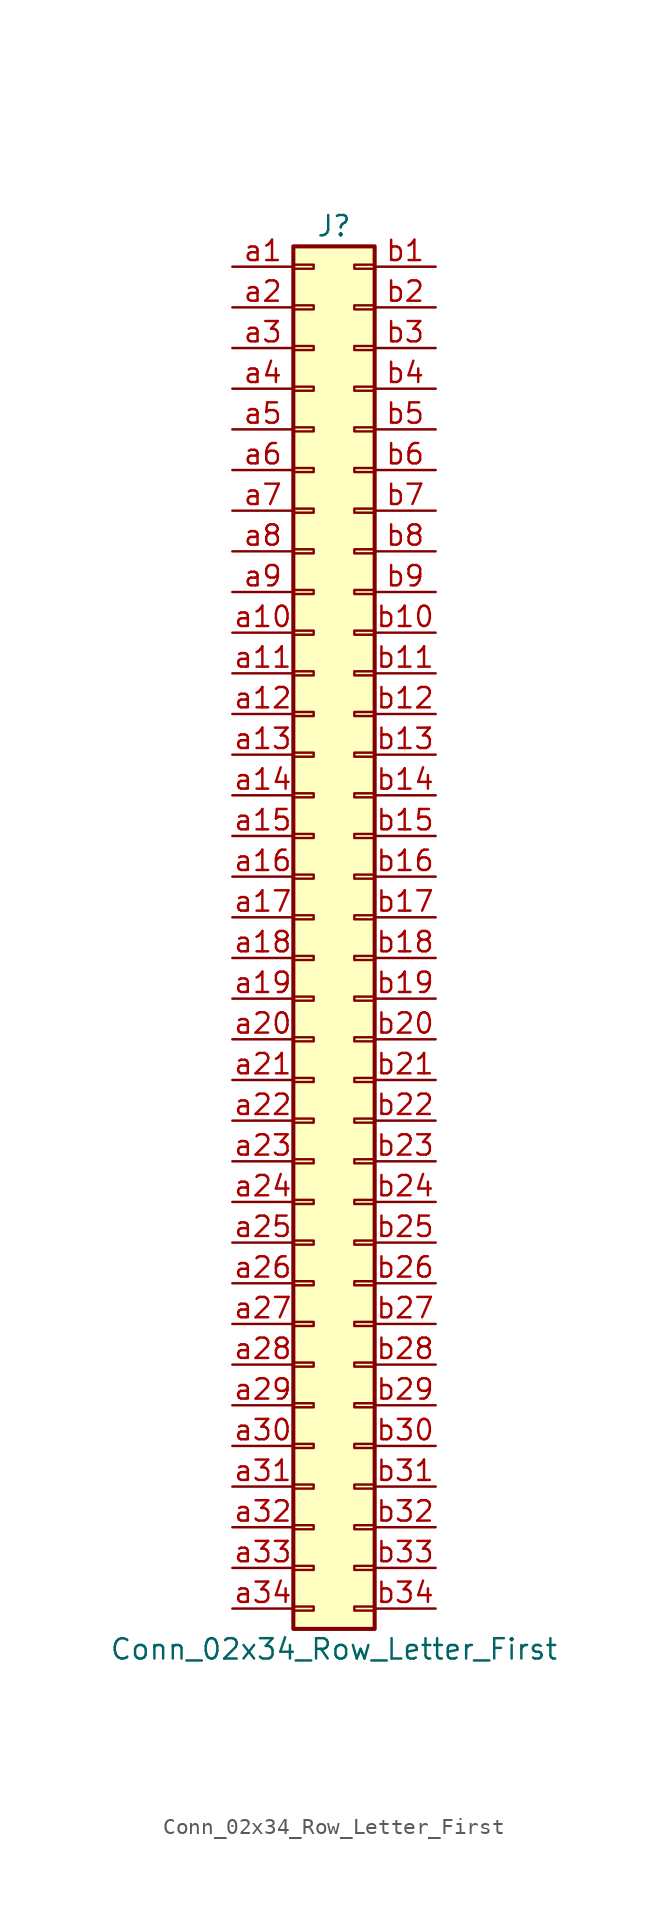
<source format=kicad_sym>
(kicad_symbol_lib
  (version 20220914)
  (generator kicad_symbol_editor)
  (symbol "Conn_02x34_Row_Letter_First"
    (pin_names
      (offset 1.016) hide)
    (property "Reference" "J"
      (at 1.27 43.18 0)
      (effects (font (size 1.27 1.27))))
    (property "Value" "Conn_02x34_Row_Letter_First"
      (at 1.27 -45.72 0)
      (effects (font (size 1.27 1.27))))
    (symbol "Conn_02x34_Row_Letter_First_1_1"
      (rectangle (start -1.27 -43.053) (end 0 -43.307) (stroke (width 0.152) (type solid)) (fill (type none)))
      (rectangle (start -1.27 -40.513) (end 0 -40.767) (stroke (width 0.152) (type solid)) (fill (type none)))
      (rectangle (start -1.27 -37.973) (end 0 -38.227) (stroke (width 0.152) (type solid)) (fill (type none)))
      (rectangle (start -1.27 -35.433) (end 0 -35.687) (stroke (width 0.152) (type solid)) (fill (type none)))
      (rectangle (start -1.27 -32.893) (end 0 -33.147) (stroke (width 0.152) (type solid)) (fill (type none)))
      (rectangle (start -1.27 -30.353) (end 0 -30.607) (stroke (width 0.152) (type solid)) (fill (type none)))
      (rectangle (start -1.27 -27.813) (end 0 -28.067) (stroke (width 0.152) (type solid)) (fill (type none)))
      (rectangle (start -1.27 -25.273) (end 0 -25.527) (stroke (width 0.152) (type solid)) (fill (type none)))
      (rectangle (start -1.27 -22.733) (end 0 -22.987) (stroke (width 0.152) (type solid)) (fill (type none)))
      (rectangle (start -1.27 -20.193) (end 0 -20.447) (stroke (width 0.152) (type solid)) (fill (type none)))
      (rectangle (start -1.27 -17.653) (end 0 -17.907) (stroke (width 0.152) (type solid)) (fill (type none)))
      (rectangle (start -1.27 -15.113) (end 0 -15.367) (stroke (width 0.152) (type solid)) (fill (type none)))
      (rectangle (start -1.27 -12.573) (end 0 -12.827) (stroke (width 0.152) (type solid)) (fill (type none)))
      (rectangle (start -1.27 -10.033) (end 0 -10.287) (stroke (width 0.152) (type solid)) (fill (type none)))
      (rectangle (start -1.27 -7.493) (end 0 -7.747) (stroke (width 0.152) (type solid)) (fill (type none)))
      (rectangle (start -1.27 -4.953) (end 0 -5.207) (stroke (width 0.152) (type solid)) (fill (type none)))
      (rectangle (start -1.27 -2.413) (end 0 -2.667) (stroke (width 0.152) (type solid)) (fill (type none)))
      (rectangle (start -1.27 0.127) (end 0 -0.127) (stroke (width 0.152) (type solid)) (fill (type none)))
      (rectangle (start -1.27 2.667) (end 0 2.413) (stroke (width 0.152) (type solid)) (fill (type none)))
      (rectangle (start -1.27 5.207) (end 0 4.953) (stroke (width 0.152) (type solid)) (fill (type none)))
      (rectangle (start -1.27 7.747) (end 0 7.493) (stroke (width 0.152) (type solid)) (fill (type none)))
      (rectangle (start -1.27 10.287) (end 0 10.033) (stroke (width 0.152) (type solid)) (fill (type none)))
      (rectangle (start -1.27 12.827) (end 0 12.573) (stroke (width 0.152) (type solid)) (fill (type none)))
      (rectangle (start -1.27 15.367) (end 0 15.113) (stroke (width 0.152) (type solid)) (fill (type none)))
      (rectangle (start -1.27 17.907) (end 0 17.653) (stroke (width 0.152) (type solid)) (fill (type none)))
      (rectangle (start -1.27 20.447) (end 0 20.193) (stroke (width 0.152) (type solid)) (fill (type none)))
      (rectangle (start -1.27 22.987) (end 0 22.733) (stroke (width 0.152) (type solid)) (fill (type none)))
      (rectangle (start -1.27 25.527) (end 0 25.273) (stroke (width 0.152) (type solid)) (fill (type none)))
      (rectangle (start -1.27 28.067) (end 0 27.813) (stroke (width 0.152) (type solid)) (fill (type none)))
      (rectangle (start -1.27 30.607) (end 0 30.353) (stroke (width 0.152) (type solid)) (fill (type none)))
      (rectangle (start -1.27 33.147) (end 0 32.893) (stroke (width 0.152) (type solid)) (fill (type none)))
      (rectangle (start -1.27 35.687) (end 0 35.433) (stroke (width 0.152) (type solid)) (fill (type none)))
      (rectangle (start -1.27 38.227) (end 0 37.973) (stroke (width 0.152) (type solid)) (fill (type none)))
      (rectangle (start -1.27 40.767) (end 0 40.513) (stroke (width 0.152) (type solid)) (fill (type none)))
      (rectangle (start -1.27 41.91) (end 3.81 -44.45) (stroke (width 0.254) (type solid)) (fill (type background)))
      (rectangle (start 3.81 -43.053) (end 2.54 -43.307) (stroke (width 0.152) (type solid)) (fill (type none)))
      (rectangle (start 3.81 -40.513) (end 2.54 -40.767) (stroke (width 0.152) (type solid)) (fill (type none)))
      (rectangle (start 3.81 -37.973) (end 2.54 -38.227) (stroke (width 0.152) (type solid)) (fill (type none)))
      (rectangle (start 3.81 -35.433) (end 2.54 -35.687) (stroke (width 0.152) (type solid)) (fill (type none)))
      (rectangle (start 3.81 -32.893) (end 2.54 -33.147) (stroke (width 0.152) (type solid)) (fill (type none)))
      (rectangle (start 3.81 -30.353) (end 2.54 -30.607) (stroke (width 0.152) (type solid)) (fill (type none)))
      (rectangle (start 3.81 -27.813) (end 2.54 -28.067) (stroke (width 0.152) (type solid)) (fill (type none)))
      (rectangle (start 3.81 -25.273) (end 2.54 -25.527) (stroke (width 0.152) (type solid)) (fill (type none)))
      (rectangle (start 3.81 -22.733) (end 2.54 -22.987) (stroke (width 0.152) (type solid)) (fill (type none)))
      (rectangle (start 3.81 -20.193) (end 2.54 -20.447) (stroke (width 0.152) (type solid)) (fill (type none)))
      (rectangle (start 3.81 -17.653) (end 2.54 -17.907) (stroke (width 0.152) (type solid)) (fill (type none)))
      (rectangle (start 3.81 -15.113) (end 2.54 -15.367) (stroke (width 0.152) (type solid)) (fill (type none)))
      (rectangle (start 3.81 -12.573) (end 2.54 -12.827) (stroke (width 0.152) (type solid)) (fill (type none)))
      (rectangle (start 3.81 -10.033) (end 2.54 -10.287) (stroke (width 0.152) (type solid)) (fill (type none)))
      (rectangle (start 3.81 -7.493) (end 2.54 -7.747) (stroke (width 0.152) (type solid)) (fill (type none)))
      (rectangle (start 3.81 -4.953) (end 2.54 -5.207) (stroke (width 0.152) (type solid)) (fill (type none)))
      (rectangle (start 3.81 -2.413) (end 2.54 -2.667) (stroke (width 0.152) (type solid)) (fill (type none)))
      (rectangle (start 3.81 0.127) (end 2.54 -0.127) (stroke (width 0.152) (type solid)) (fill (type none)))
      (rectangle (start 3.81 2.667) (end 2.54 2.413) (stroke (width 0.152) (type solid)) (fill (type none)))
      (rectangle (start 3.81 5.207) (end 2.54 4.953) (stroke (width 0.152) (type solid)) (fill (type none)))
      (rectangle (start 3.81 7.747) (end 2.54 7.493) (stroke (width 0.152) (type solid)) (fill (type none)))
      (rectangle (start 3.81 10.287) (end 2.54 10.033) (stroke (width 0.152) (type solid)) (fill (type none)))
      (rectangle (start 3.81 12.827) (end 2.54 12.573) (stroke (width 0.152) (type solid)) (fill (type none)))
      (rectangle (start 3.81 15.367) (end 2.54 15.113) (stroke (width 0.152) (type solid)) (fill (type none)))
      (rectangle (start 3.81 17.907) (end 2.54 17.653) (stroke (width 0.152) (type solid)) (fill (type none)))
      (rectangle (start 3.81 20.447) (end 2.54 20.193) (stroke (width 0.152) (type solid)) (fill (type none)))
      (rectangle (start 3.81 22.987) (end 2.54 22.733) (stroke (width 0.152) (type solid)) (fill (type none)))
      (rectangle (start 3.81 25.527) (end 2.54 25.273) (stroke (width 0.152) (type solid)) (fill (type none)))
      (rectangle (start 3.81 28.067) (end 2.54 27.813) (stroke (width 0.152) (type solid)) (fill (type none)))
      (rectangle (start 3.81 30.607) (end 2.54 30.353) (stroke (width 0.152) (type solid)) (fill (type none)))
      (rectangle (start 3.81 33.147) (end 2.54 32.893) (stroke (width 0.152) (type solid)) (fill (type none)))
      (rectangle (start 3.81 35.687) (end 2.54 35.433) (stroke (width 0.152) (type solid)) (fill (type none)))
      (rectangle (start 3.81 38.227) (end 2.54 37.973) (stroke (width 0.152) (type solid)) (fill (type none)))
      (rectangle (start 3.81 40.767) (end 2.54 40.513) (stroke (width 0.152) (type solid)) (fill (type none)))
      (pin passive line (at -5.08 40.64 0) (length 3.81) (name "Pin_a1" (effects (font (size 1.27 1.27)))) (number "a1" (effects (font (size 1.27 1.27)))))
      (pin passive line (at -5.08 17.78 0) (length 3.81) (name "Pin_a10" (effects (font (size 1.27 1.27)))) (number "a10" (effects (font (size 1.27 1.27)))))
      (pin passive line (at -5.08 15.24 0) (length 3.81) (name "Pin_a11" (effects (font (size 1.27 1.27)))) (number "a11" (effects (font (size 1.27 1.27)))))
      (pin passive line (at -5.08 12.7 0) (length 3.81) (name "Pin_a12" (effects (font (size 1.27 1.27)))) (number "a12" (effects (font (size 1.27 1.27)))))
      (pin passive line (at -5.08 10.16 0) (length 3.81) (name "Pin_a13" (effects (font (size 1.27 1.27)))) (number "a13" (effects (font (size 1.27 1.27)))))
      (pin passive line (at -5.08 7.62 0) (length 3.81) (name "Pin_a14" (effects (font (size 1.27 1.27)))) (number "a14" (effects (font (size 1.27 1.27)))))
      (pin passive line (at -5.08 5.08 0) (length 3.81) (name "Pin_a15" (effects (font (size 1.27 1.27)))) (number "a15" (effects (font (size 1.27 1.27)))))
      (pin passive line (at -5.08 2.54 0) (length 3.81) (name "Pin_a16" (effects (font (size 1.27 1.27)))) (number "a16" (effects (font (size 1.27 1.27)))))
      (pin passive line (at -5.08 0 0) (length 3.81) (name "Pin_a17" (effects (font (size 1.27 1.27)))) (number "a17" (effects (font (size 1.27 1.27)))))
      (pin passive line (at -5.08 -2.54 0) (length 3.81) (name "Pin_a18" (effects (font (size 1.27 1.27)))) (number "a18" (effects (font (size 1.27 1.27)))))
      (pin passive line (at -5.08 -5.08 0) (length 3.81) (name "Pin_a19" (effects (font (size 1.27 1.27)))) (number "a19" (effects (font (size 1.27 1.27)))))
      (pin passive line (at -5.08 38.1 0) (length 3.81) (name "Pin_a2" (effects (font (size 1.27 1.27)))) (number "a2" (effects (font (size 1.27 1.27)))))
      (pin passive line (at -5.08 -7.62 0) (length 3.81) (name "Pin_a20" (effects (font (size 1.27 1.27)))) (number "a20" (effects (font (size 1.27 1.27)))))
      (pin passive line (at -5.08 -10.16 0) (length 3.81) (name "Pin_a21" (effects (font (size 1.27 1.27)))) (number "a21" (effects (font (size 1.27 1.27)))))
      (pin passive line (at -5.08 -12.7 0) (length 3.81) (name "Pin_a22" (effects (font (size 1.27 1.27)))) (number "a22" (effects (font (size 1.27 1.27)))))
      (pin passive line (at -5.08 -15.24 0) (length 3.81) (name "Pin_a23" (effects (font (size 1.27 1.27)))) (number "a23" (effects (font (size 1.27 1.27)))))
      (pin passive line (at -5.08 -17.78 0) (length 3.81) (name "Pin_a24" (effects (font (size 1.27 1.27)))) (number "a24" (effects (font (size 1.27 1.27)))))
      (pin passive line (at -5.08 -20.32 0) (length 3.81) (name "Pin_a25" (effects (font (size 1.27 1.27)))) (number "a25" (effects (font (size 1.27 1.27)))))
      (pin passive line (at -5.08 -22.86 0) (length 3.81) (name "Pin_a26" (effects (font (size 1.27 1.27)))) (number "a26" (effects (font (size 1.27 1.27)))))
      (pin passive line (at -5.08 -25.4 0) (length 3.81) (name "Pin_a27" (effects (font (size 1.27 1.27)))) (number "a27" (effects (font (size 1.27 1.27)))))
      (pin passive line (at -5.08 -27.94 0) (length 3.81) (name "Pin_a28" (effects (font (size 1.27 1.27)))) (number "a28" (effects (font (size 1.27 1.27)))))
      (pin passive line (at -5.08 -30.48 0) (length 3.81) (name "Pin_a29" (effects (font (size 1.27 1.27)))) (number "a29" (effects (font (size 1.27 1.27)))))
      (pin passive line (at -5.08 35.56 0) (length 3.81) (name "Pin_a3" (effects (font (size 1.27 1.27)))) (number "a3" (effects (font (size 1.27 1.27)))))
      (pin passive line (at -5.08 -33.02 0) (length 3.81) (name "Pin_a30" (effects (font (size 1.27 1.27)))) (number "a30" (effects (font (size 1.27 1.27)))))
      (pin passive line (at -5.08 -35.56 0) (length 3.81) (name "Pin_a31" (effects (font (size 1.27 1.27)))) (number "a31" (effects (font (size 1.27 1.27)))))
      (pin passive line (at -5.08 -38.1 0) (length 3.81) (name "Pin_a32" (effects (font (size 1.27 1.27)))) (number "a32" (effects (font (size 1.27 1.27)))))
      (pin passive line (at -5.08 -40.64 0) (length 3.81) (name "Pin_a33" (effects (font (size 1.27 1.27)))) (number "a33" (effects (font (size 1.27 1.27)))))
      (pin passive line (at -5.08 -43.18 0) (length 3.81) (name "Pin_a34" (effects (font (size 1.27 1.27)))) (number "a34" (effects (font (size 1.27 1.27)))))
      (pin passive line (at -5.08 33.02 0) (length 3.81) (name "Pin_a4" (effects (font (size 1.27 1.27)))) (number "a4" (effects (font (size 1.27 1.27)))))
      (pin passive line (at -5.08 30.48 0) (length 3.81) (name "Pin_a5" (effects (font (size 1.27 1.27)))) (number "a5" (effects (font (size 1.27 1.27)))))
      (pin passive line (at -5.08 27.94 0) (length 3.81) (name "Pin_a6" (effects (font (size 1.27 1.27)))) (number "a6" (effects (font (size 1.27 1.27)))))
      (pin passive line (at -5.08 25.4 0) (length 3.81) (name "Pin_a7" (effects (font (size 1.27 1.27)))) (number "a7" (effects (font (size 1.27 1.27)))))
      (pin passive line (at -5.08 22.86 0) (length 3.81) (name "Pin_a8" (effects (font (size 1.27 1.27)))) (number "a8" (effects (font (size 1.27 1.27)))))
      (pin passive line (at -5.08 20.32 0) (length 3.81) (name "Pin_a9" (effects (font (size 1.27 1.27)))) (number "a9" (effects (font (size 1.27 1.27)))))
      (pin passive line (at 7.62 40.64 180) (length 3.81) (name "Pin_b1" (effects (font (size 1.27 1.27)))) (number "b1" (effects (font (size 1.27 1.27)))))
      (pin passive line (at 7.62 17.78 180) (length 3.81) (name "Pin_b10" (effects (font (size 1.27 1.27)))) (number "b10" (effects (font (size 1.27 1.27)))))
      (pin passive line (at 7.62 15.24 180) (length 3.81) (name "Pin_b11" (effects (font (size 1.27 1.27)))) (number "b11" (effects (font (size 1.27 1.27)))))
      (pin passive line (at 7.62 12.7 180) (length 3.81) (name "Pin_b12" (effects (font (size 1.27 1.27)))) (number "b12" (effects (font (size 1.27 1.27)))))
      (pin passive line (at 7.62 10.16 180) (length 3.81) (name "Pin_b13" (effects (font (size 1.27 1.27)))) (number "b13" (effects (font (size 1.27 1.27)))))
      (pin passive line (at 7.62 7.62 180) (length 3.81) (name "Pin_b14" (effects (font (size 1.27 1.27)))) (number "b14" (effects (font (size 1.27 1.27)))))
      (pin passive line (at 7.62 5.08 180) (length 3.81) (name "Pin_b15" (effects (font (size 1.27 1.27)))) (number "b15" (effects (font (size 1.27 1.27)))))
      (pin passive line (at 7.62 2.54 180) (length 3.81) (name "Pin_b16" (effects (font (size 1.27 1.27)))) (number "b16" (effects (font (size 1.27 1.27)))))
      (pin passive line (at 7.62 0 180) (length 3.81) (name "Pin_b17" (effects (font (size 1.27 1.27)))) (number "b17" (effects (font (size 1.27 1.27)))))
      (pin passive line (at 7.62 -2.54 180) (length 3.81) (name "Pin_b18" (effects (font (size 1.27 1.27)))) (number "b18" (effects (font (size 1.27 1.27)))))
      (pin passive line (at 7.62 -5.08 180) (length 3.81) (name "Pin_b19" (effects (font (size 1.27 1.27)))) (number "b19" (effects (font (size 1.27 1.27)))))
      (pin passive line (at 7.62 38.1 180) (length 3.81) (name "Pin_b2" (effects (font (size 1.27 1.27)))) (number "b2" (effects (font (size 1.27 1.27)))))
      (pin passive line (at 7.62 -7.62 180) (length 3.81) (name "Pin_b20" (effects (font (size 1.27 1.27)))) (number "b20" (effects (font (size 1.27 1.27)))))
      (pin passive line (at 7.62 -10.16 180) (length 3.81) (name "Pin_b21" (effects (font (size 1.27 1.27)))) (number "b21" (effects (font (size 1.27 1.27)))))
      (pin passive line (at 7.62 -12.7 180) (length 3.81) (name "Pin_b22" (effects (font (size 1.27 1.27)))) (number "b22" (effects (font (size 1.27 1.27)))))
      (pin passive line (at 7.62 -15.24 180) (length 3.81) (name "Pin_b23" (effects (font (size 1.27 1.27)))) (number "b23" (effects (font (size 1.27 1.27)))))
      (pin passive line (at 7.62 -17.78 180) (length 3.81) (name "Pin_b24" (effects (font (size 1.27 1.27)))) (number "b24" (effects (font (size 1.27 1.27)))))
      (pin passive line (at 7.62 -20.32 180) (length 3.81) (name "Pin_b25" (effects (font (size 1.27 1.27)))) (number "b25" (effects (font (size 1.27 1.27)))))
      (pin passive line (at 7.62 -22.86 180) (length 3.81) (name "Pin_b26" (effects (font (size 1.27 1.27)))) (number "b26" (effects (font (size 1.27 1.27)))))
      (pin passive line (at 7.62 -25.4 180) (length 3.81) (name "Pin_b27" (effects (font (size 1.27 1.27)))) (number "b27" (effects (font (size 1.27 1.27)))))
      (pin passive line (at 7.62 -27.94 180) (length 3.81) (name "Pin_b28" (effects (font (size 1.27 1.27)))) (number "b28" (effects (font (size 1.27 1.27)))))
      (pin passive line (at 7.62 -30.48 180) (length 3.81) (name "Pin_b29" (effects (font (size 1.27 1.27)))) (number "b29" (effects (font (size 1.27 1.27)))))
      (pin passive line (at 7.62 35.56 180) (length 3.81) (name "Pin_b3" (effects (font (size 1.27 1.27)))) (number "b3" (effects (font (size 1.27 1.27)))))
      (pin passive line (at 7.62 -33.02 180) (length 3.81) (name "Pin_b30" (effects (font (size 1.27 1.27)))) (number "b30" (effects (font (size 1.27 1.27)))))
      (pin passive line (at 7.62 -35.56 180) (length 3.81) (name "Pin_b31" (effects (font (size 1.27 1.27)))) (number "b31" (effects (font (size 1.27 1.27)))))
      (pin passive line (at 7.62 -38.1 180) (length 3.81) (name "Pin_b32" (effects (font (size 1.27 1.27)))) (number "b32" (effects (font (size 1.27 1.27)))))
      (pin passive line (at 7.62 -40.64 180) (length 3.81) (name "Pin_b33" (effects (font (size 1.27 1.27)))) (number "b33" (effects (font (size 1.27 1.27)))))
      (pin passive line (at 7.62 -43.18 180) (length 3.81) (name "Pin_b34" (effects (font (size 1.27 1.27)))) (number "b34" (effects (font (size 1.27 1.27)))))
      (pin passive line (at 7.62 33.02 180) (length 3.81) (name "Pin_b4" (effects (font (size 1.27 1.27)))) (number "b4" (effects (font (size 1.27 1.27)))))
      (pin passive line (at 7.62 30.48 180) (length 3.81) (name "Pin_b5" (effects (font (size 1.27 1.27)))) (number "b5" (effects (font (size 1.27 1.27)))))
      (pin passive line (at 7.62 27.94 180) (length 3.81) (name "Pin_b6" (effects (font (size 1.27 1.27)))) (number "b6" (effects (font (size 1.27 1.27)))))
      (pin passive line (at 7.62 25.4 180) (length 3.81) (name "Pin_b7" (effects (font (size 1.27 1.27)))) (number "b7" (effects (font (size 1.27 1.27)))))
      (pin passive line (at 7.62 22.86 180) (length 3.81) (name "Pin_b8" (effects (font (size 1.27 1.27)))) (number "b8" (effects (font (size 1.27 1.27)))))
      (pin passive line (at 7.62 20.32 180) (length 3.81) (name "Pin_b9" (effects (font (size 1.27 1.27)))) (number "b9" (effects (font (size 1.27 1.27))))))))
</source>
